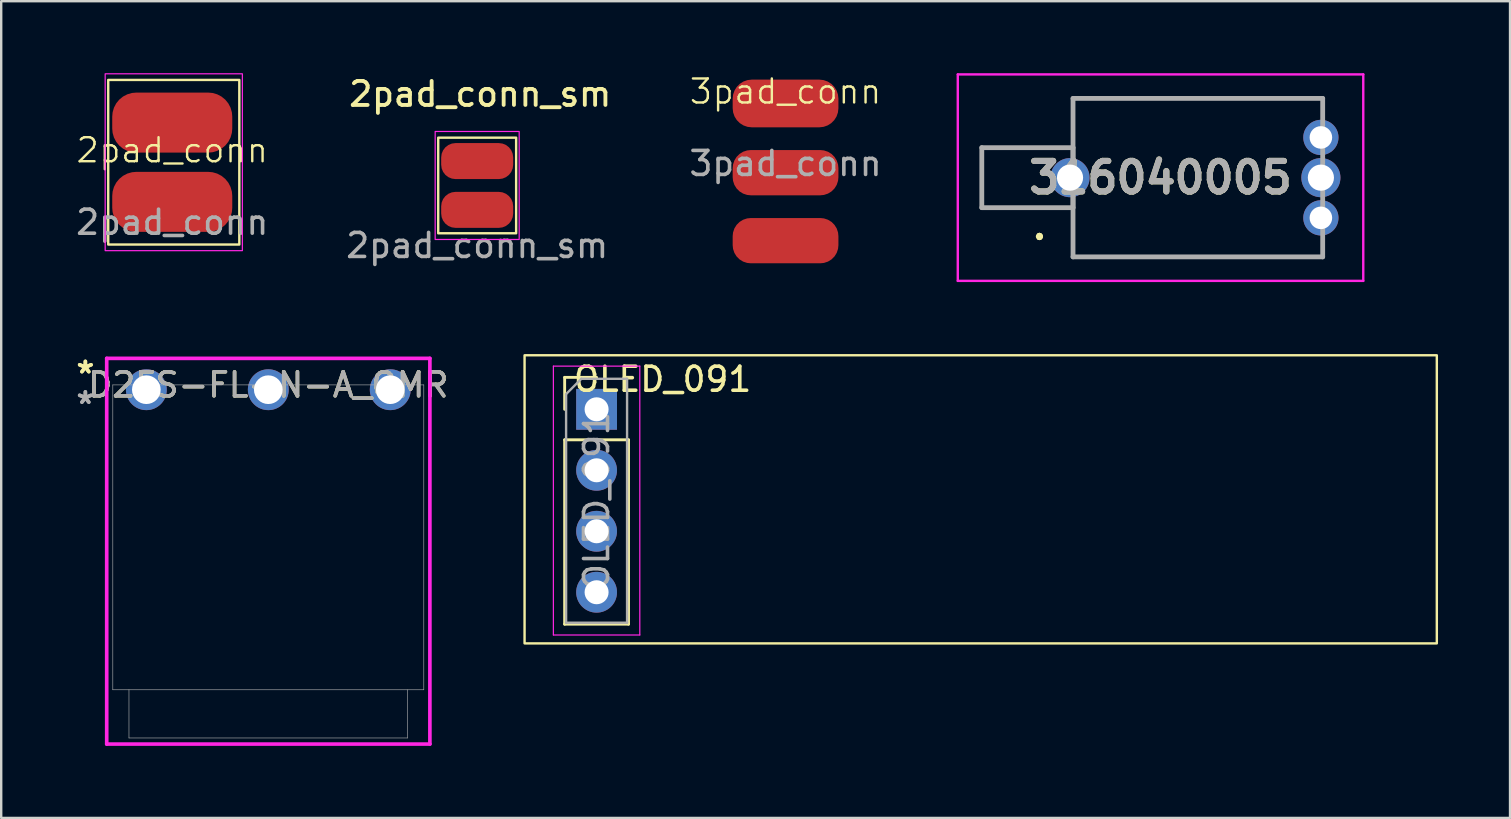
<source format=kicad_pcb>
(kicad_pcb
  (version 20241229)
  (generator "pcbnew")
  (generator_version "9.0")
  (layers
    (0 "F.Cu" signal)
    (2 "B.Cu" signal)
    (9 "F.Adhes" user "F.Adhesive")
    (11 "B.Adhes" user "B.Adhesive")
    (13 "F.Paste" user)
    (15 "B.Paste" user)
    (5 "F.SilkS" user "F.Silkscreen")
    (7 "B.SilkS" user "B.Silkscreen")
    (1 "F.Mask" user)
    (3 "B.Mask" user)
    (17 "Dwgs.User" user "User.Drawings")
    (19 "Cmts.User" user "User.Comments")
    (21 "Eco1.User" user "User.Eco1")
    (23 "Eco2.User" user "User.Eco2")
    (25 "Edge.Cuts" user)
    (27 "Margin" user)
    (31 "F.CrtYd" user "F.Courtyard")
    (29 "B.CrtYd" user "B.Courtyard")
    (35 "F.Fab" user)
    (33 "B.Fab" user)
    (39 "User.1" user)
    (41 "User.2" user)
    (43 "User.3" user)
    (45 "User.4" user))
  (footprint "OLED_091"
    (layer "F.Cu")
    (at 21.801 14)
    (property "Reference" "OLED_091" (at 2.75 -1.25 180) (layer "F.SilkS") (effects (font (size 1 1) (thickness 0.15))))
    (attr through_hole)
    (fp_line (start -1.33 -1.33) (end 0 -1.33) (stroke (width 0.12) (type solid)) (layer "F.SilkS"))
    (fp_line (start -1.33 0) (end -1.33 -1.33) (stroke (width 0.12) (type solid)) (layer "F.SilkS"))
    (fp_line (start -1.33 1.27) (end -1.33 8.95) (stroke (width 0.12) (type solid)) (layer "F.SilkS"))
    (fp_line (start -1.33 1.27) (end 1.33 1.27) (stroke (width 0.12) (type solid)) (layer "F.SilkS"))
    (fp_line (start -1.33 8.95) (end 1.33 8.95) (stroke (width 0.12) (type solid)) (layer "F.SilkS"))
    (fp_line (start 1.33 1.27) (end 1.33 8.95) (stroke (width 0.12) (type solid)) (layer "F.SilkS"))
    (fp_rect (start -3 -2.25) (end 35 9.75) (stroke (width 0.1) (type default)) (fill no) (layer "F.SilkS"))
    (fp_line (start -1.8 -1.8) (end -1.8 9.4) (stroke (width 0.05) (type solid)) (layer "F.CrtYd"))
    (fp_line (start -1.8 9.4) (end 1.8 9.4) (stroke (width 0.05) (type solid)) (layer "F.CrtYd"))
    (fp_line (start 1.8 -1.8) (end -1.8 -1.8) (stroke (width 0.05) (type solid)) (layer "F.CrtYd"))
    (fp_line (start 1.8 9.4) (end 1.8 -1.8) (stroke (width 0.05) (type solid)) (layer "F.CrtYd"))
    (fp_line (start -1.27 -0.635) (end -0.635 -1.27) (stroke (width 0.1) (type solid)) (layer "F.Fab"))
    (fp_line (start -1.27 8.89) (end -1.27 -0.635) (stroke (width 0.1) (type solid)) (layer "F.Fab"))
    (fp_line (start -0.635 -1.27) (end 1.27 -1.27) (stroke (width 0.1) (type solid)) (layer "F.Fab"))
    (fp_line (start 1.27 -1.27) (end 1.27 8.89) (stroke (width 0.1) (type solid)) (layer "F.Fab"))
    (fp_line (start 1.27 8.89) (end -1.27 8.89) (stroke (width 0.1) (type solid)) (layer "F.Fab"))
    (fp_text user "${REFERENCE}" (at 0 3.81 270) (layer "F.Fab") (effects (font (size 1 1) (thickness 0.15))))
    (pad "1" thru_hole rect (at 0 0) (size 1.7 1.7) (drill 1) (layers "*.Cu" "*.Mask"))
    (pad "2" thru_hole oval (at 0 2.54) (size 1.7 1.7) (drill 1) (layers "*.Cu" "*.Mask"))
    (pad "3" thru_hole oval (at 0 5.08) (size 1.7 1.7) (drill 1) (layers "*.Cu" "*.Mask"))
    (pad "4" thru_hole oval (at 0 7.62) (size 1.7 1.7) (drill 1) (layers "*.Cu" "*.Mask")))
  (footprint "2pad_conn_sm"
    (layer "F.Cu")
    (at 16.827 4.676)
    (property "Reference" "2pad_conn_sm" (at 0.127 -3.81 0) (unlocked yes) (layer "F.SilkS") (effects (font (size 1 1) (thickness 0.16))))
    (attr smd)
    (fp_rect (start -1.623 -1.992) (end 1.623 1.992) (stroke (width 0.1) (type default)) (fill no) (layer "F.SilkS"))
    (fp_rect (start -1.75 -2.25) (end 1.75 2.25) (stroke (width 0.05) (type default)) (fill no) (layer "F.CrtYd"))
    (fp_text user "${REFERENCE}" (at 0 2.5 0) (unlocked yes) (layer "F.Fab") (effects (font (size 1 1) (thickness 0.15))))
    (pad "1" smd roundrect (at 0 -1.016) (size 3 1.5) (layers "F.Cu" "F.Mask" "F.Paste") (roundrect_rratio 0.4))
    (pad "2" smd roundrect (at 0 1.016) (size 3 1.5) (layers "F.Cu" "F.Mask" "F.Paste") (roundrect_rratio 0.4)))
  (footprint "2pad_conn"
    (layer "F.Cu")
    (at 4.125 3.708)
    (property "Reference" "2pad_conn" (at 0 -0.5 0) (unlocked yes) (layer "F.SilkS") (effects (font (size 1 1) (thickness 0.1))))
    (attr smd)
    (fp_rect (start -2.667 -3.429) (end 2.794 3.429) (stroke (width 0.1) (type default)) (fill no) (layer "F.SilkS"))
    (fp_rect (start -2.794 -3.683) (end 2.921 3.683) (stroke (width 0.05) (type default)) (fill no) (layer "F.CrtYd"))
    (fp_text user "${REFERENCE}" (at 0 2.5 0) (unlocked yes) (layer "F.Fab") (effects (font (size 1 1) (thickness 0.15))))
    (pad "1" smd roundrect (at 0 -1.651) (size 5 2.5) (layers "F.Cu" "F.Mask" "F.Paste") (roundrect_rratio 0.4))
    (pad "2" smd roundrect (at 0 1.651) (size 5 2.5) (layers "F.Cu" "F.Mask" "F.Paste") (roundrect_rratio 0.4)))
  (footprint "D2FS-FL-N-A_OMR"
    (layer "F.Cu")
    (at 3.046 13.183)
    (property "Reference" "D2FS-FL-N-A_OMR" (at 5.08 -0.2 0) (unlocked yes) (layer "F.SilkS") (effects (font (size 1 1) (thickness 0.15))))
    (attr through_hole)
    (fp_line (start -1.651 -1.305) (end -1.651 14.761) (stroke (width 0.152) (type solid)) (layer "F.CrtYd"))
    (fp_line (start -1.651 14.761) (end 11.811 14.761) (stroke (width 0.152) (type solid)) (layer "F.CrtYd"))
    (fp_line (start 11.811 -1.305) (end -1.651 -1.305) (stroke (width 0.152) (type solid)) (layer "F.CrtYd"))
    (fp_line (start 11.811 14.761) (end 11.811 -1.305) (stroke (width 0.152) (type solid)) (layer "F.CrtYd"))
    (fp_line (start -1.397 -0.2) (end 11.557 -0.2) (stroke (width 0.025) (type solid)) (layer "F.Fab"))
    (fp_line (start -1.397 12.5) (end -1.397 -0.2) (stroke (width 0.025) (type solid)) (layer "F.Fab"))
    (fp_line (start -0.724 12.5) (end -0.724 14.507) (stroke (width 0.025) (type solid)) (layer "F.Fab"))
    (fp_line (start -0.724 14.507) (end 10.884 14.507) (stroke (width 0.025) (type solid)) (layer "F.Fab"))
    (fp_line (start 10.884 12.5) (end 10.884 14.507) (stroke (width 0.025) (type solid)) (layer "F.Fab"))
    (fp_line (start 11.557 -0.2) (end 11.557 12.5) (stroke (width 0.025) (type solid)) (layer "F.Fab"))
    (fp_line (start 11.557 12.5) (end -1.397 12.5) (stroke (width 0.025) (type solid)) (layer "F.Fab"))
    (fp_text user "*" (at -2.54 -0.635 0) (layer "F.SilkS") (effects (font (size 1 1) (thickness 0.15))))
    (fp_text user "*" (at -2.54 -0.635 0) (unlocked yes) (layer "F.SilkS") (effects (font (size 1 1) (thickness 0.15))))
    (fp_text user "${REFERENCE}" (at 5.08 -0.2 0) (unlocked yes) (layer "F.Fab") (effects (font (size 1 1) (thickness 0.15))))
    (fp_text user "*" (at -2.54 0.635 0) (unlocked yes) (layer "F.Fab") (effects (font (size 1 1) (thickness 0.15))))
    (fp_text user "*" (at -2.54 0.635 0) (layer "F.Fab") (effects (font (size 1 1) (thickness 0.15))))
    (pad "1" thru_hole circle (at 0 0) (size 1.702 1.702) (drill 1.194) (layers "*.Cu" "*.Mask"))
    (pad "2" thru_hole circle (at 5.08 0) (size 1.702 1.702) (drill 1.194) (layers "*.Cu" "*.Mask"))
    (pad "3" thru_hole circle (at 10.16 0) (size 1.702 1.702) (drill 1.194) (layers "*.Cu" "*.Mask")))
  (footprint "316040005"
    (layer "F.Cu")
    (at 41.522 4.35)
    (property "Reference" "316040005" (at 3.77 0 0) (layer "F.SilkS") (effects (font (size 1.27 1.27) (thickness 0.254))))
    (attr through_hole)
    (fp_line (start -3.675 -1.25) (end -3.675 -1.25) (stroke (width 0.1) (type solid)) (layer "F.SilkS"))
    (fp_line (start -3.675 -1.25) (end -3.675 -1.25) (stroke (width 0.1) (type solid)) (layer "F.SilkS"))
    (fp_line (start -3.675 -1.25) (end -3.675 1.25) (stroke (width 0.1) (type solid)) (layer "F.SilkS"))
    (fp_line (start -3.675 -1.25) (end 0.125 -1.25) (stroke (width 0.1) (type solid)) (layer "F.SilkS"))
    (fp_line (start -3.675 1.25) (end -3.675 -1.25) (stroke (width 0.1) (type solid)) (layer "F.SilkS"))
    (fp_line (start -3.675 1.25) (end -3.675 1.25) (stroke (width 0.1) (type solid)) (layer "F.SilkS"))
    (fp_line (start -3.675 1.25) (end -3.675 1.25) (stroke (width 0.1) (type solid)) (layer "F.SilkS"))
    (fp_line (start -3.675 1.25) (end 0.125 1.25) (stroke (width 0.1) (type solid)) (layer "F.SilkS"))
    (fp_line (start -1.275 2.4) (end -1.275 2.4) (stroke (width 0.2) (type solid)) (layer "F.SilkS"))
    (fp_line (start -1.275 2.5) (end -1.275 2.5) (stroke (width 0.2) (type solid)) (layer "F.SilkS"))
    (fp_line (start -1.275 2.5) (end -1.275 2.5) (stroke (width 0.2) (type solid)) (layer "F.SilkS"))
    (fp_line (start 0.125 -3.3) (end 0.125 -3.3) (stroke (width 0.1) (type solid)) (layer "F.SilkS"))
    (fp_line (start 0.125 -3.3) (end 0.125 -3.3) (stroke (width 0.1) (type solid)) (layer "F.SilkS"))
    (fp_line (start 0.125 -3.3) (end 0.125 -1.25) (stroke (width 0.1) (type solid)) (layer "F.SilkS"))
    (fp_line (start 0.125 -3.3) (end 10.525 -3.3) (stroke (width 0.1) (type solid)) (layer "F.SilkS"))
    (fp_line (start 0.125 -1.25) (end -3.675 -1.25) (stroke (width 0.1) (type solid)) (layer "F.SilkS"))
    (fp_line (start 0.125 -1.25) (end 0.125 -3.3) (stroke (width 0.1) (type solid)) (layer "F.SilkS"))
    (fp_line (start 0.125 -1.25) (end 0.125 -1.25) (stroke (width 0.1) (type solid)) (layer "F.SilkS"))
    (fp_line (start 0.125 -1.25) (end 0.125 -1.25) (stroke (width 0.1) (type solid)) (layer "F.SilkS"))
    (fp_line (start 0.125 1.25) (end -3.675 1.25) (stroke (width 0.1) (type solid)) (layer "F.SilkS"))
    (fp_line (start 0.125 1.25) (end 0.125 1.25) (stroke (width 0.1) (type solid)) (layer "F.SilkS"))
    (fp_line (start 0.125 1.25) (end 0.125 1.25) (stroke (width 0.1) (type solid)) (layer "F.SilkS"))
    (fp_line (start 0.125 1.25) (end 0.125 3.3) (stroke (width 0.1) (type solid)) (layer "F.SilkS"))
    (fp_line (start 0.125 3.3) (end 0.125 1.25) (stroke (width 0.1) (type solid)) (layer "F.SilkS"))
    (fp_line (start 0.125 3.3) (end 0.125 3.3) (stroke (width 0.1) (type solid)) (layer "F.SilkS"))
    (fp_line (start 0.125 3.3) (end 0.125 3.3) (stroke (width 0.1) (type solid)) (layer "F.SilkS"))
    (fp_line (start 0.125 3.3) (end 10.525 3.3) (stroke (width 0.1) (type solid)) (layer "F.SilkS"))
    (fp_line (start 10.525 -3.3) (end 0.125 -3.3) (stroke (width 0.1) (type solid)) (layer "F.SilkS"))
    (fp_line (start 10.525 -3.3) (end 10.525 -3.3) (stroke (width 0.1) (type solid)) (layer "F.SilkS"))
    (fp_line (start 10.525 3.3) (end 0.125 3.3) (stroke (width 0.1) (type solid)) (layer "F.SilkS"))
    (fp_line (start 10.525 3.3) (end 10.525 3.3) (stroke (width 0.1) (type solid)) (layer "F.SilkS"))
    (fp_arc (start -1.275 2.4) (mid -1.225 2.45) (end -1.275 2.5) (stroke (width 0.2) (type solid)) (layer "F.SilkS"))
    (fp_arc (start -1.275 2.4) (mid -1.225 2.45) (end -1.275 2.5) (stroke (width 0.2) (type solid)) (layer "F.SilkS"))
    (fp_arc (start -1.275 2.5) (mid -1.325 2.45) (end -1.275 2.4) (stroke (width 0.2) (type solid)) (layer "F.SilkS"))
    (fp_line (start -4.675 -4.3) (end 12.215 -4.3) (stroke (width 0.1) (type solid)) (layer "F.CrtYd"))
    (fp_line (start -4.675 4.3) (end -4.675 -4.3) (stroke (width 0.1) (type solid)) (layer "F.CrtYd"))
    (fp_line (start 12.215 -4.3) (end 12.215 4.3) (stroke (width 0.1) (type solid)) (layer "F.CrtYd"))
    (fp_line (start 12.215 4.3) (end -4.675 4.3) (stroke (width 0.1) (type solid)) (layer "F.CrtYd"))
    (fp_line (start -3.675 -1.25) (end 0.125 -1.25) (stroke (width 0.2) (type solid)) (layer "F.Fab"))
    (fp_line (start -3.675 1.25) (end -3.675 -1.25) (stroke (width 0.2) (type solid)) (layer "F.Fab"))
    (fp_line (start 0.125 -3.3) (end 0.125 3.3) (stroke (width 0.2) (type solid)) (layer "F.Fab"))
    (fp_line (start 0.125 -1.25) (end 0.125 1.25) (stroke (width 0.2) (type solid)) (layer "F.Fab"))
    (fp_line (start 0.125 1.25) (end -3.675 1.25) (stroke (width 0.2) (type solid)) (layer "F.Fab"))
    (fp_line (start 0.125 3.3) (end 10.525 3.3) (stroke (width 0.2) (type solid)) (layer "F.Fab"))
    (fp_line (start 10.525 -3.3) (end 0.125 -3.3) (stroke (width 0.2) (type solid)) (layer "F.Fab"))
    (fp_line (start 10.525 3.3) (end 10.525 -3.3) (stroke (width 0.2) (type solid)) (layer "F.Fab"))
    (fp_text user "${REFERENCE}" (at 3.77 0 0) (layer "F.Fab") (effects (font (size 1.27 1.27) (thickness 0.254))))
    (pad "1" thru_hole circle (at 0 0) (size 1.629 1.629) (drill 1.09) (layers "*.Cu" "*.Mask"))
    (pad "2" thru_hole circle (at 10.45 1.675) (size 1.467 1.467) (drill 0.94) (layers "*.Cu" "*.Mask"))
    (pad "3" thru_hole circle (at 10.45 0) (size 1.629 1.629) (drill 1.09) (layers "*.Cu" "*.Mask"))
    (pad "4" thru_hole circle (at 10.45 -1.675) (size 1.467 1.467) (drill 0.94) (layers "*.Cu" "*.Mask")))
  (footprint "3pad_conn"
    (layer "F.Cu")
    (at 29.672 1.26)
    (property "Reference" "3pad_conn" (at 0 -0.5 0) (unlocked yes) (layer "F.SilkS") (effects (font (size 1 1) (thickness 0.1))))
    (attr smd)
    (fp_text user "${REFERENCE}" (at 0 2.5 0) (unlocked yes) (layer "F.Fab") (effects (font (size 1 1) (thickness 0.15))))
    (pad "1" smd roundrect (at 0 0) (size 4.405 1.987) (layers "F.Cu" "F.Mask" "F.Paste") (roundrect_rratio 0.4))
    (pad "2" smd roundrect (at 0 2.883) (size 4.405 1.885) (layers "F.Cu" "F.Mask" "F.Paste") (roundrect_rratio 0.4))
    (pad "3" smd roundrect (at 0 5.715) (size 4.405 1.885) (layers "F.Cu" "F.Mask" "F.Paste") (roundrect_rratio 0.4)))
  (gr_rect
    (start -3 -3)
    (end 59.851 31.02)
    (stroke (width 0.1) (type default))
    (fill no)
    (layer "Edge.Cuts")))
</source>
